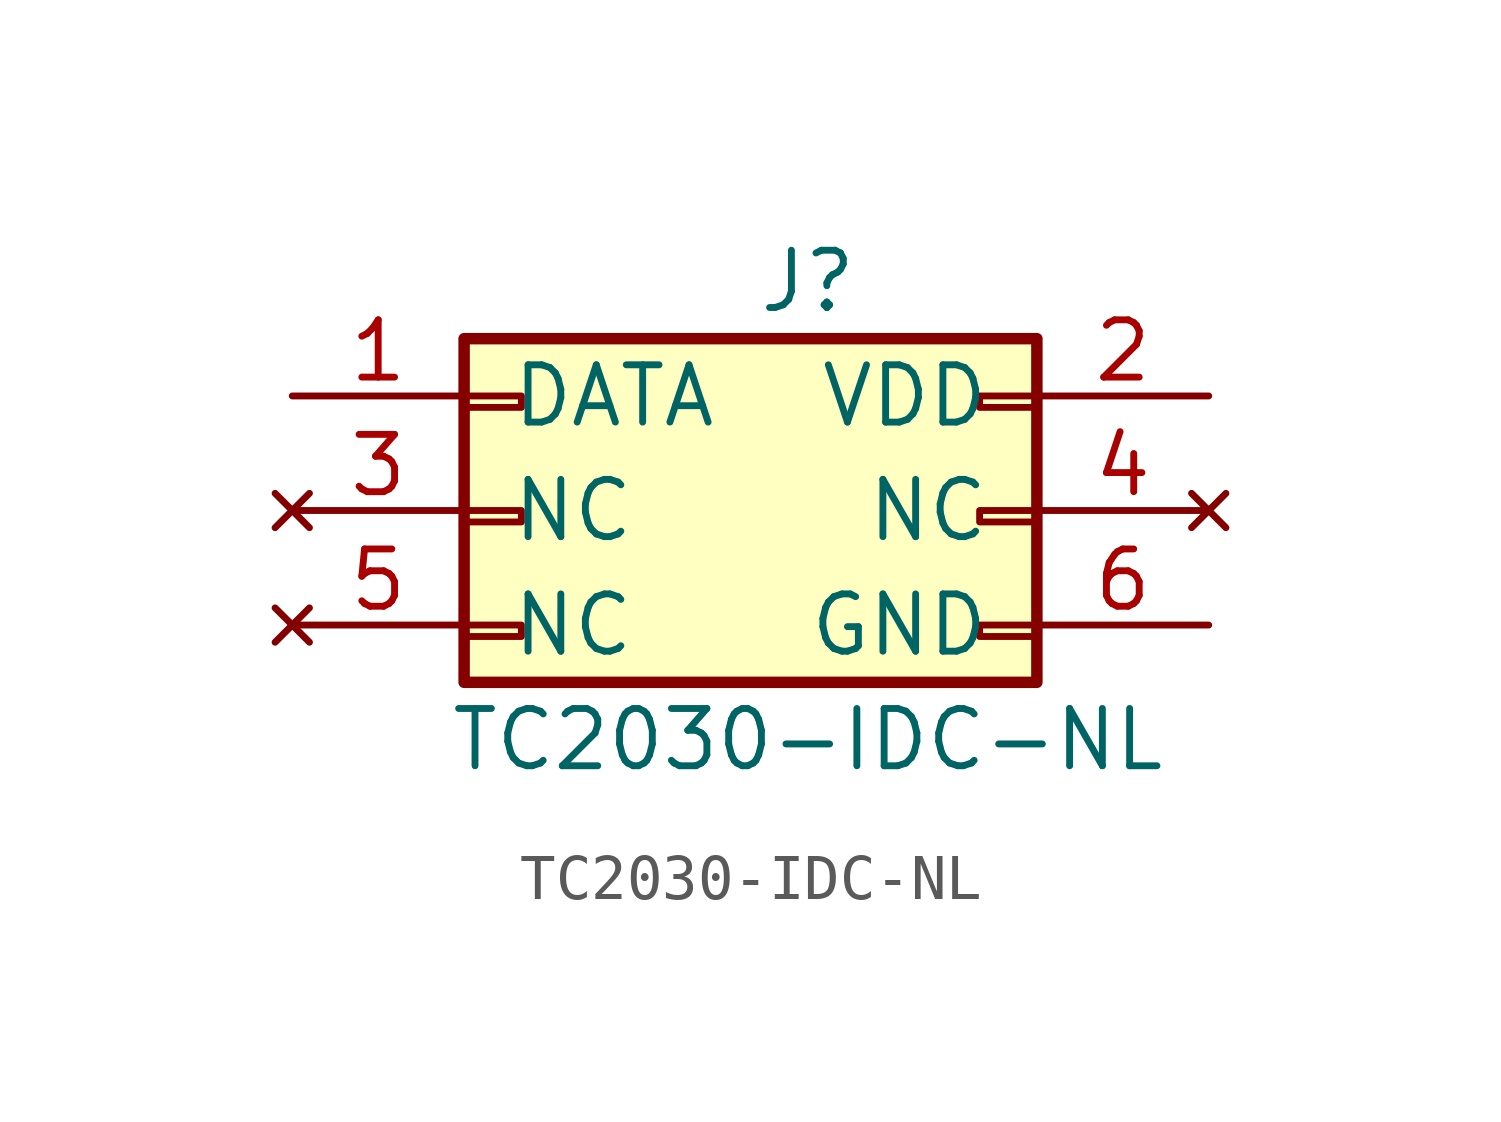
<source format=kicad_sym>
(kicad_symbol_lib
  (version 20211014)
  (generator kicad_symbol_editor)
  (symbol "TC2030-IDC-NL"
    (pin_names
      (offset 1.016))
    (property "Reference" "J"
      (at 1.27 5.08 0)
      (effects (font (size 1.27 1.27))))
    (property "Value" "TC2030-IDC-NL"
      (at 1.27 -5.08 0)
      (effects (font (size 1.27 1.27))))
    (symbol "TC2030-IDC-NL_1_1"
      (rectangle (start -6.35 -2.54) (end -5.08 -2.794) (stroke (width 0.152) (type default) (color 0 0 0 0)) (fill (type none)))
      (rectangle (start -6.35 0) (end -5.08 -0.254) (stroke (width 0.152) (type default) (color 0 0 0 0)) (fill (type none)))
      (rectangle (start -6.35 2.54) (end -5.08 2.286) (stroke (width 0.152) (type default) (color 0 0 0 0)) (fill (type none)))
      (rectangle (start -6.35 3.81) (end 6.35 -3.81) (stroke (width 0.254) (type default) (color 0 0 0 0)) (fill (type background)))
      (rectangle (start 6.35 -2.54) (end 5.08 -2.794) (stroke (width 0.152) (type default) (color 0 0 0 0)) (fill (type none)))
      (rectangle (start 6.35 0) (end 5.08 -0.254) (stroke (width 0.152) (type default) (color 0 0 0 0)) (fill (type none)))
      (rectangle (start 6.35 2.54) (end 5.08 2.286) (stroke (width 0.152) (type default) (color 0 0 0 0)) (fill (type none)))
      (pin passive line (at -10.16 2.54 0) (length 3.81) (name "DATA" (effects (font (size 1.27 1.27)))) (number "1" (effects (font (size 1.27 1.27)))))
      (pin passive line (at 10.16 2.54 180) (length 3.81) (name "VDD" (effects (font (size 1.27 1.27)))) (number "2" (effects (font (size 1.27 1.27)))))
      (pin no_connect line (at -10.16 0 0) (length 3.81) (name "NC" (effects (font (size 1.27 1.27)))) (number "3" (effects (font (size 1.27 1.27)))))
      (pin no_connect line (at 10.16 0 180) (length 3.81) (name "NC" (effects (font (size 1.27 1.27)))) (number "4" (effects (font (size 1.27 1.27)))))
      (pin no_connect line (at -10.16 -2.54 0) (length 3.81) (name "NC" (effects (font (size 1.27 1.27)))) (number "5" (effects (font (size 1.27 1.27)))))
      (pin passive line (at 10.16 -2.54 180) (length 3.81) (name "GND" (effects (font (size 1.27 1.27)))) (number "6" (effects (font (size 1.27 1.27))))))))
</source>
